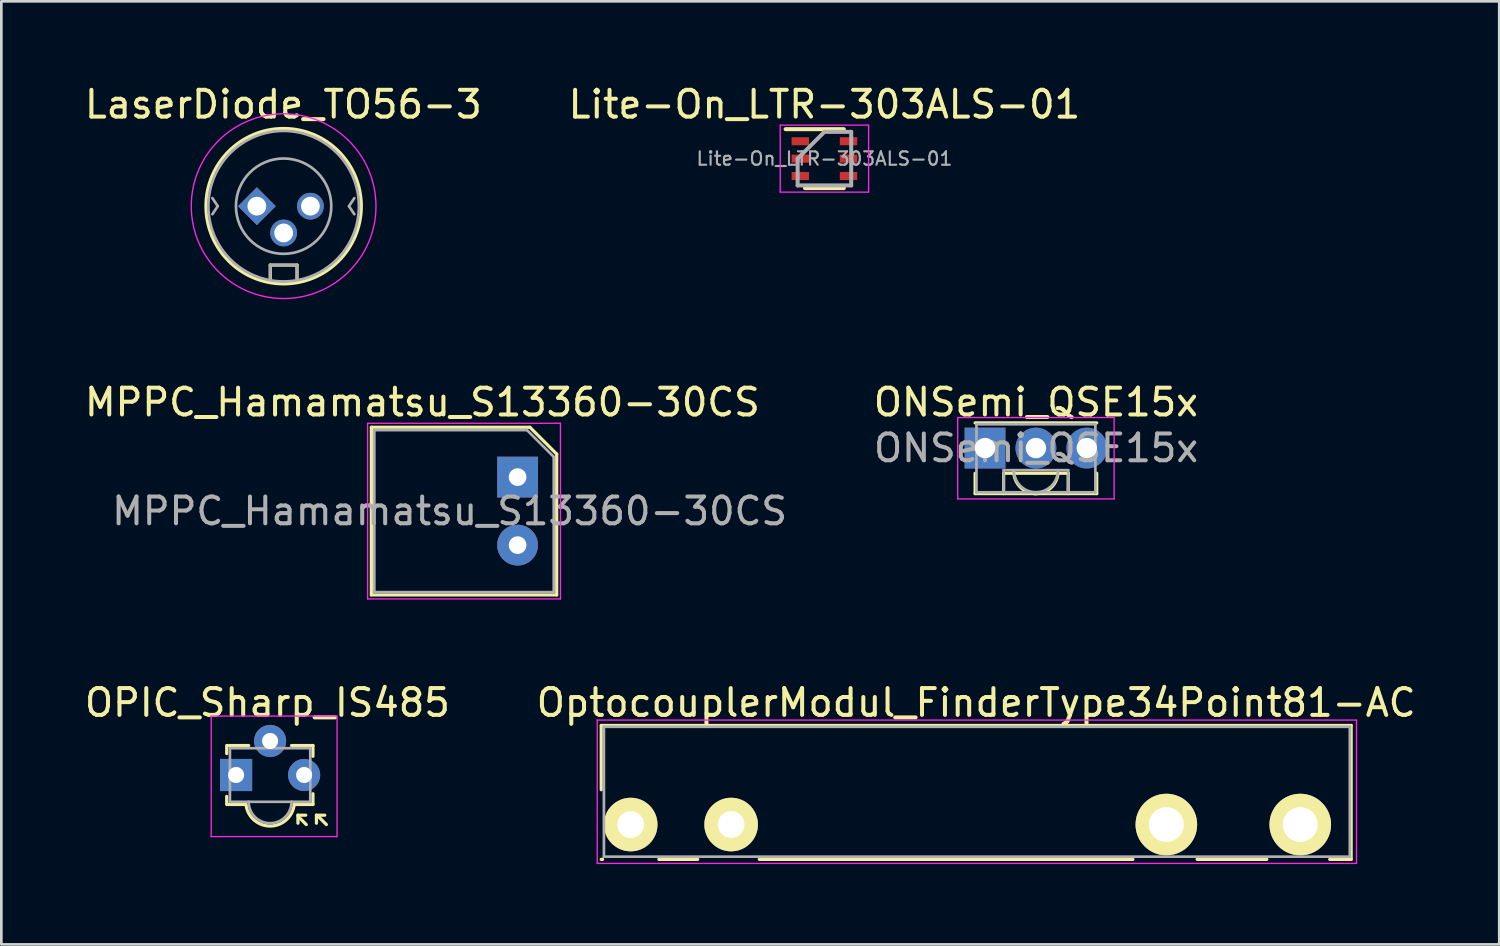
<source format=kicad_pcb>
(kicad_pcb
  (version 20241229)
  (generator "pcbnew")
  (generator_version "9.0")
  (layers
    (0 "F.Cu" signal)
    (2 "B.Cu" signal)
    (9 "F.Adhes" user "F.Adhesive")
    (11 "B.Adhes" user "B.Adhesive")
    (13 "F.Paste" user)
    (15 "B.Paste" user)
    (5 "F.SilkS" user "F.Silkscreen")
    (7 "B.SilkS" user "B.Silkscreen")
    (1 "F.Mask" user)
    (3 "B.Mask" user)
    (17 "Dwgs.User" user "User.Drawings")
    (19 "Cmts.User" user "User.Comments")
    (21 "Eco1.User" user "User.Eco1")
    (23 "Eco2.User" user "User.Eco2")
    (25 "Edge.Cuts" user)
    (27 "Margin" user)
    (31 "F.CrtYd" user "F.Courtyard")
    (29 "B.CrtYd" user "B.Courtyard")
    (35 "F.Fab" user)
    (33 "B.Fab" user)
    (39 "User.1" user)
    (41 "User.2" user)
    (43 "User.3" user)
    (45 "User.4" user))
  (footprint "OPIC_Sharp_IS485"
    (layer "F.Cu")
    (at 5.765 25.887)
    (property "Reference" "OPIC_Sharp_IS485" (at 1.17 -2.7 0) (layer "F.SilkS") (effects (font (size 1 1) (thickness 0.15))))
    (attr through_hole)
    (fp_line (start -0.35 -1.1) (end -0.35 -0.8) (stroke (width 0.12) (type solid)) (layer "F.SilkS"))
    (fp_line (start -0.35 1.1) (end -0.35 0.8) (stroke (width 0.12) (type solid)) (layer "F.SilkS"))
    (fp_line (start -0.33 1.1) (end 0.37 1.1) (stroke (width 0.12) (type solid)) (layer "F.SilkS"))
    (fp_line (start 0.47 -1.1) (end -0.33 -1.1) (stroke (width 0.12) (type solid)) (layer "F.SilkS"))
    (fp_line (start 2.07 -1.1) (end 2.87 -1.1) (stroke (width 0.12) (type solid)) (layer "F.SilkS"))
    (fp_line (start 2.17 1.1) (end 2.87 1.1) (stroke (width 0.12) (type solid)) (layer "F.SilkS"))
    (fp_line (start 2.31 1.5) (end 2.31 1.8) (stroke (width 0.12) (type solid)) (layer "F.SilkS"))
    (fp_line (start 2.31 1.5) (end 2.6 1.5) (stroke (width 0.12) (type solid)) (layer "F.SilkS"))
    (fp_line (start 2.32 1.55) (end 2.62 1.85) (stroke (width 0.12) (type solid)) (layer "F.SilkS"))
    (fp_line (start 2.87 -0.7) (end 2.87 -1.1) (stroke (width 0.12) (type solid)) (layer "F.SilkS"))
    (fp_line (start 2.87 1.1) (end 2.87 0.7) (stroke (width 0.12) (type solid)) (layer "F.SilkS"))
    (fp_line (start 3 1.5) (end 3 1.8) (stroke (width 0.12) (type solid)) (layer "F.SilkS"))
    (fp_line (start 3 1.5) (end 3.31 1.5) (stroke (width 0.12) (type solid)) (layer "F.SilkS"))
    (fp_line (start 3.07 1.55) (end 3.37 1.85) (stroke (width 0.12) (type solid)) (layer "F.SilkS"))
    (fp_arc (start 2.17 1.1) (mid 1.288329 1.905353) (end 0.374785 1.136345) (stroke (width 0.12) (type solid)) (layer "F.SilkS"))
    (fp_line (start -0.93 -2.2) (end 3.77 -2.2) (stroke (width 0.05) (type solid)) (layer "F.CrtYd"))
    (fp_line (start -0.93 2.3) (end -0.93 -2.2) (stroke (width 0.05) (type solid)) (layer "F.CrtYd"))
    (fp_line (start 3.77 -2.2) (end 3.77 2.3) (stroke (width 0.05) (type solid)) (layer "F.CrtYd"))
    (fp_line (start 3.77 2.3) (end -0.93 2.3) (stroke (width 0.05) (type solid)) (layer "F.CrtYd"))
    (fp_line (start -0.23 -1) (end -0.23 1) (stroke (width 0.1) (type solid)) (layer "F.Fab"))
    (fp_line (start -0.23 1) (end 2.77 1) (stroke (width 0.1) (type solid)) (layer "F.Fab"))
    (fp_line (start 2.77 -1) (end -0.23 -1) (stroke (width 0.1) (type solid)) (layer "F.Fab"))
    (fp_line (start 2.77 1) (end 2.77 -1) (stroke (width 0.1) (type solid)) (layer "F.Fab"))
    (fp_arc (start 1.27 1.8) (mid 0.704315 1.565685) (end 0.47 1) (stroke (width 0.1) (type solid)) (layer "F.Fab"))
    (fp_arc (start 2.07 1) (mid 1.835685 1.565685) (end 1.27 1.8) (stroke (width 0.1) (type solid)) (layer "F.Fab"))
    (pad "1" thru_hole rect (at 0 0) (size 1.2 1.2) (drill 0.6) (layers "*.Cu" "*.Mask"))
    (pad "2" thru_hole circle (at 1.27 -1.27) (size 1.2 1.2) (drill 0.6) (layers "*.Cu" "*.Mask"))
    (pad "3" thru_hole circle (at 2.54 0) (size 1.2 1.2) (drill 0.6) (layers "*.Cu" "*.Mask")))
  (footprint "ONSemi_QSE15x"
    (layer "F.Cu")
    (at 33.729 13.68)
    (property "Reference" "ONSemi_QSE15x" (at 1.9 -1.71 0) (layer "F.SilkS") (effects (font (size 1 1) (thickness 0.15))))
    (attr through_hole)
    (fp_line (start -0.37 -0.94) (end 4.17 -0.94) (stroke (width 0.12) (type solid)) (layer "F.SilkS"))
    (fp_line (start -0.37 0.94) (end -0.37 1.7) (stroke (width 0.12) (type solid)) (layer "F.SilkS"))
    (fp_line (start -0.37 1.7) (end 4.17 1.7) (stroke (width 0.12) (type solid)) (layer "F.SilkS"))
    (fp_line (start 0.695 0.94) (end 0.695 1.7) (stroke (width 0.12) (type solid)) (layer "F.SilkS"))
    (fp_line (start 0.695 0.94) (end 3.105 0.94) (stroke (width 0.12) (type solid)) (layer "F.SilkS"))
    (fp_line (start 3.105 0.94) (end 3.105 1.7) (stroke (width 0.12) (type solid)) (layer "F.SilkS"))
    (fp_line (start 4.17 1.7) (end 4.17 0.94) (stroke (width 0.12) (type solid)) (layer "F.SilkS"))
    (fp_arc (start 1.9 1.7) (mid 1.316637 1.458363) (end 1.075 0.875) (stroke (width 0.12) (type solid)) (layer "F.SilkS"))
    (fp_arc (start 2.725 0.94) (mid 2.437401 1.504325) (end 1.835 1.7) (stroke (width 0.12) (type solid)) (layer "F.SilkS"))
    (fp_line (start -1.02 -1.14) (end 4.82 -1.14) (stroke (width 0.05) (type solid)) (layer "F.CrtYd"))
    (fp_line (start -1.02 1.9) (end -1.02 -1.14) (stroke (width 0.05) (type solid)) (layer "F.CrtYd"))
    (fp_line (start 4.82 -1.14) (end 4.82 1.9) (stroke (width 0.05) (type solid)) (layer "F.CrtYd"))
    (fp_line (start 4.82 1.9) (end -1.02 1.9) (stroke (width 0.05) (type solid)) (layer "F.CrtYd"))
    (fp_line (start -0.32 -0.89) (end -0.32 1.65) (stroke (width 0.1) (type solid)) (layer "F.Fab"))
    (fp_line (start -0.32 -0.89) (end 4.12 -0.89) (stroke (width 0.1) (type solid)) (layer "F.Fab"))
    (fp_line (start -0.32 1.65) (end 4.12 1.65) (stroke (width 0.1) (type solid)) (layer "F.Fab"))
    (fp_line (start 0.695 0.825) (end 3.105 0.825) (stroke (width 0.1) (type solid)) (layer "F.Fab"))
    (fp_line (start 0.695 1.65) (end 0.695 0.825) (stroke (width 0.1) (type solid)) (layer "F.Fab"))
    (fp_line (start 3.105 1.65) (end 3.105 0.825) (stroke (width 0.1) (type solid)) (layer "F.Fab"))
    (fp_line (start 4.12 1.65) (end 4.12 -0.89) (stroke (width 0.1) (type solid)) (layer "F.Fab"))
    (fp_arc (start 1.9 1.65) (mid 1.316637 1.408363) (end 1.075 0.825) (stroke (width 0.1) (type solid)) (layer "F.Fab"))
    (fp_arc (start 2.725 0.825) (mid 2.483363 1.408363) (end 1.9 1.65) (stroke (width 0.1) (type solid)) (layer "F.Fab"))
    (fp_text user "${REFERENCE}" (at 1.905 0 0) (layer "F.Fab") (effects (font (size 1 1) (thickness 0.15))))
    (pad "1" thru_hole rect (at 0 0) (size 1.524 1.524) (drill 0.762) (layers "*.Cu" "*.Mask"))
    (pad "2" thru_hole circle (at 1.9 0) (size 1.524 1.524) (drill 0.762) (layers "*.Cu" "*.Mask"))
    (pad "3" thru_hole circle (at 3.8 0) (size 1.524 1.524) (drill 0.762) (layers "*.Cu" "*.Mask")))
  (footprint "Lite-On_LTR-303ALS-01"
    (layer "F.Cu")
    (at 27.732 2.873)
    (property "Reference" "Lite-On_LTR-303ALS-01" (at 0 -2.025 0) (layer "F.SilkS") (effects (font (size 1 1) (thickness 0.15))))
    (attr smd)
    (fp_line (start -1.45 -1.1) (end 0.725 -1.1) (stroke (width 0.15) (type solid)) (layer "F.SilkS"))
    (fp_line (start -0.725 1.1) (end 0.725 1.1) (stroke (width 0.15) (type solid)) (layer "F.SilkS"))
    (fp_line (start -1.65 -1.25) (end -1.65 1.25) (stroke (width 0.05) (type solid)) (layer "F.CrtYd"))
    (fp_line (start -1.65 1.25) (end 1.65 1.25) (stroke (width 0.05) (type solid)) (layer "F.CrtYd"))
    (fp_line (start 1.65 -1.25) (end -1.65 -1.25) (stroke (width 0.05) (type solid)) (layer "F.CrtYd"))
    (fp_line (start 1.65 1.25) (end 1.65 -1.25) (stroke (width 0.05) (type solid)) (layer "F.CrtYd"))
    (fp_line (start -1 0) (end 0 -1) (stroke (width 0.15) (type solid)) (layer "F.Fab"))
    (fp_line (start -1 1) (end -1 0) (stroke (width 0.15) (type solid)) (layer "F.Fab"))
    (fp_line (start 0 -1) (end 1 -1) (stroke (width 0.15) (type solid)) (layer "F.Fab"))
    (fp_line (start 1 -1) (end 1 1) (stroke (width 0.15) (type solid)) (layer "F.Fab"))
    (fp_line (start 1 1) (end -1 1) (stroke (width 0.15) (type solid)) (layer "F.Fab"))
    (fp_text user "${REFERENCE}" (at 0 0 0) (layer "F.Fab") (effects (font (size 0.5 0.5) (thickness 0.08))))
    (pad "1" smd rect (at -0.9 -0.65) (size 0.65 0.3) (layers "F.Cu" "F.Mask" "F.Paste"))
    (pad "2" smd rect (at -0.9 0) (size 0.65 0.3) (layers "F.Cu" "F.Mask" "F.Paste"))
    (pad "3" smd rect (at -0.9 0.65) (size 0.65 0.3) (layers "F.Cu" "F.Mask" "F.Paste"))
    (pad "4" smd rect (at 0.9 0.65) (size 0.65 0.3) (layers "F.Cu" "F.Mask" "F.Paste"))
    (pad "5" smd rect (at 0.9 0) (size 0.65 0.3) (layers "F.Cu" "F.Mask" "F.Paste"))
    (pad "6" smd rect (at 0.9 -0.65) (size 0.65 0.3) (layers "F.Cu" "F.Mask" "F.Paste")))
  (footprint "MPPC_Hamamatsu_S13360-30CS"
    (layer "F.Cu")
    (at 16.276 14.764)
    (property "Reference" "MPPC_Hamamatsu_S13360-30CS" (at -3.556 -2.794 0) (layer "F.SilkS") (effects (font (size 1 1) (thickness 0.15))))
    (attr through_hole)
    (fp_line (start -5.46 -1.86) (end 0.46 -1.86) (stroke (width 0.12) (type solid)) (layer "F.SilkS"))
    (fp_line (start -5.46 4.4) (end -5.46 -1.86) (stroke (width 0.12) (type solid)) (layer "F.SilkS"))
    (fp_line (start 0.46 -1.86) (end 1.46 -0.86) (stroke (width 0.12) (type solid)) (layer "F.SilkS"))
    (fp_line (start 1.46 -0.86) (end 1.46 4.4) (stroke (width 0.12) (type solid)) (layer "F.SilkS"))
    (fp_line (start 1.46 4.4) (end -5.46 4.4) (stroke (width 0.12) (type solid)) (layer "F.SilkS"))
    (fp_line (start -5.6 -2.01) (end -5.6 4.55) (stroke (width 0.05) (type solid)) (layer "F.CrtYd"))
    (fp_line (start -5.6 -2.01) (end 1.6 -2.01) (stroke (width 0.05) (type solid)) (layer "F.CrtYd"))
    (fp_line (start 1.6 4.55) (end -5.6 4.55) (stroke (width 0.05) (type solid)) (layer "F.CrtYd"))
    (fp_line (start 1.6 4.55) (end 1.6 -2.01) (stroke (width 0.05) (type solid)) (layer "F.CrtYd"))
    (fp_line (start -5.35 -1.755) (end 0.35 -1.755) (stroke (width 0.1) (type solid)) (layer "F.Fab"))
    (fp_line (start -5.35 4.295) (end -5.35 -1.755) (stroke (width 0.1) (type solid)) (layer "F.Fab"))
    (fp_line (start 0.35 -1.755) (end 1.35 -0.755) (stroke (width 0.1) (type solid)) (layer "F.Fab"))
    (fp_line (start 1.35 -0.755) (end 1.35 4.295) (stroke (width 0.1) (type solid)) (layer "F.Fab"))
    (fp_line (start 1.35 4.295) (end -5.35 4.295) (stroke (width 0.1) (type solid)) (layer "F.Fab"))
    (fp_text user "${REFERENCE}" (at -2.54 1.27 0) (layer "F.Fab") (effects (font (size 1 1) (thickness 0.15))))
    (pad "1" thru_hole rect (at 0 0) (size 1.524 1.524) (drill 0.66) (layers "*.Cu" "*.Mask"))
    (pad "2" thru_hole circle (at 0 2.54) (size 1.524 1.524) (drill 0.66) (layers "*.Cu" "*.Mask")))
  (footprint "LaserDiode_TO56-3"
    (layer "F.Cu")
    (at 6.54 4.648)
    (property "Reference" "LaserDiode_TO56-3" (at 0.99 -3.8 0) (layer "F.SilkS") (effects (font (size 1 1) (thickness 0.15))))
    (attr through_hole)
    (fp_line (start 0.5 2.2) (end 1.5 2.2) (stroke (width 0.12) (type solid)) (layer "F.SilkS"))
    (fp_line (start 0.5 2.85) (end 0.5 2.2) (stroke (width 0.12) (type solid)) (layer "F.SilkS"))
    (fp_line (start 1.5 2.2) (end 1.5 2.85) (stroke (width 0.12) (type solid)) (layer "F.SilkS"))
    (fp_circle (center 1 0) (end 3.9 0) (stroke (width 0.12) (type solid)) (fill no) (layer "F.SilkS"))
    (fp_circle (center 1 0) (end 4.3 1) (stroke (width 0.05) (type solid)) (fill no) (layer "F.CrtYd"))
    (fp_line (start -1.66 -0.3) (end -1.46 0) (stroke (width 0.1) (type solid)) (layer "F.Fab"))
    (fp_line (start -1.46 0) (end -1.66 0.3) (stroke (width 0.1) (type solid)) (layer "F.Fab"))
    (fp_line (start 0.5 2.2) (end 1.5 2.2) (stroke (width 0.1) (type solid)) (layer "F.Fab"))
    (fp_line (start 0.5 2.7) (end 0.5 2.2) (stroke (width 0.1) (type solid)) (layer "F.Fab"))
    (fp_line (start 1.5 2.2) (end 1.5 2.7) (stroke (width 0.1) (type solid)) (layer "F.Fab"))
    (fp_line (start 3.44 0) (end 3.64 0.3) (stroke (width 0.1) (type solid)) (layer "F.Fab"))
    (fp_line (start 3.64 -0.3) (end 3.44 0) (stroke (width 0.1) (type solid)) (layer "F.Fab"))
    (fp_circle (center 1 0) (end 2.78 0) (stroke (width 0.1) (type solid)) (fill no) (layer "F.Fab"))
    (fp_circle (center 1 0) (end 3.81 0) (stroke (width 0.1) (type solid)) (fill no) (layer "F.Fab"))
    (pad "1" thru_hole rect (at 0 0 45) (size 1 1) (drill 0.7) (layers "*.Cu" "*.Mask"))
    (pad "2" thru_hole circle (at 1 1) (size 1 1) (drill 0.7) (layers "*.Cu" "*.Mask"))
    (pad "3" thru_hole circle (at 2 0) (size 1 1) (drill 0.7) (layers "*.Cu" "*.Mask")))
  (footprint "OptocouplerModul_FinderType34Point81-AC"
    (layer "F.Cu")
    (at 24.249 27.737)
    (property "Reference" "OptocouplerModul_FinderType34Point81-AC" (at 9.15 -4.55 0) (layer "F.SilkS") (effects (font (size 1 1) (thickness 0.15))))
    (attr through_hole)
    (fp_line (start -4.85 -3.7) (end -4.85 -1.3) (stroke (width 0.12) (type solid)) (layer "F.SilkS"))
    (fp_line (start -4.85 1.3) (end -4.8 1.3) (stroke (width 0.12) (type solid)) (layer "F.SilkS"))
    (fp_line (start -2.7 1.3) (end -1.25 1.3) (stroke (width 0.12) (type solid)) (layer "F.SilkS"))
    (fp_line (start 1.05 1.3) (end 9.15 1.3) (stroke (width 0.12) (type solid)) (layer "F.SilkS"))
    (fp_line (start 9.15 1.3) (end 9.95 1.3) (stroke (width 0.12) (type solid)) (layer "F.SilkS"))
    (fp_line (start 12.3 1.3) (end 15 1.3) (stroke (width 0.12) (type solid)) (layer "F.SilkS"))
    (fp_line (start 12.45 1.3) (end 9.85 1.3) (stroke (width 0.12) (type solid)) (layer "F.SilkS"))
    (fp_line (start 17.4 1.3) (end 20 1.3) (stroke (width 0.12) (type solid)) (layer "F.SilkS"))
    (fp_line (start 22.35 1.3) (end 23.15 1.3) (stroke (width 0.12) (type solid)) (layer "F.SilkS"))
    (fp_line (start 23.15 -3.7) (end -4.85 -3.7) (stroke (width 0.12) (type solid)) (layer "F.SilkS"))
    (fp_line (start 23.15 1.3) (end 23.15 -3.7) (stroke (width 0.12) (type solid)) (layer "F.SilkS"))
    (fp_line (start -5 -3.9) (end -5 1.45) (stroke (width 0.05) (type solid)) (layer "F.CrtYd"))
    (fp_line (start -5 -3.9) (end 23.35 -3.9) (stroke (width 0.05) (type solid)) (layer "F.CrtYd"))
    (fp_line (start 23.35 1.45) (end -5 1.45) (stroke (width 0.05) (type solid)) (layer "F.CrtYd"))
    (fp_line (start 23.35 1.45) (end 23.35 -3.9) (stroke (width 0.05) (type solid)) (layer "F.CrtYd"))
    (fp_line (start -4.75 -3.65) (end -4.75 1.2) (stroke (width 0.1) (type solid)) (layer "F.Fab"))
    (fp_line (start -4.75 1.2) (end 23.1 1.2) (stroke (width 0.1) (type solid)) (layer "F.Fab"))
    (fp_line (start 23.1 -3.65) (end -4.75 -3.65) (stroke (width 0.1) (type solid)) (layer "F.Fab"))
    (fp_line (start 23.1 1.2) (end 23.1 -3.65) (stroke (width 0.1) (type solid)) (layer "F.Fab"))
    (pad "11" thru_hole circle (at 16.25 0) (size 2.3 2.3) (drill 1.3) (layers "*.Cu" "*.Mask" "F.SilkS"))
    (pad "14" thru_hole circle (at 21.25 0) (size 2.3 2.3) (drill 1.3) (layers "*.Cu" "*.Mask" "F.SilkS"))
    (pad "A1" thru_hole circle (at 0 0) (size 2 2) (drill 1) (layers "*.Cu" "*.Mask" "F.SilkS"))
    (pad "A2" thru_hole circle (at -3.75 0) (size 2 2) (drill 1) (layers "*.Cu" "*.Mask" "F.SilkS")))
  (gr_rect
    (start -3 -3)
    (end 52.929 32.212)
    (stroke (width 0.1) (type default))
    (fill no)
    (layer "Edge.Cuts")))
</source>
